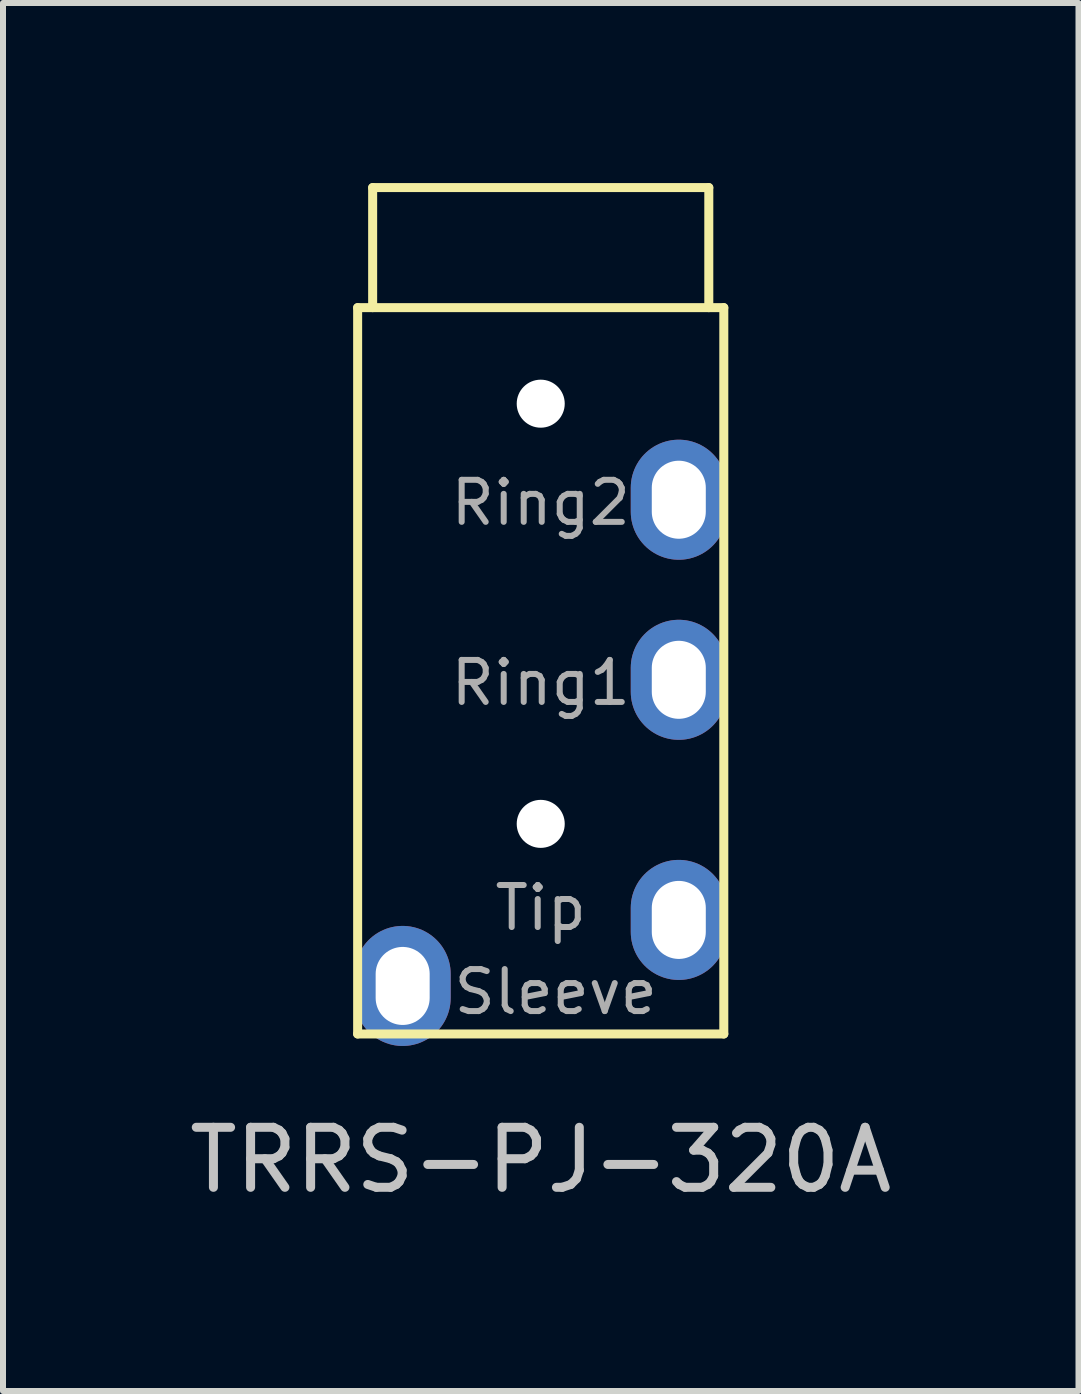
<source format=kicad_pcb>
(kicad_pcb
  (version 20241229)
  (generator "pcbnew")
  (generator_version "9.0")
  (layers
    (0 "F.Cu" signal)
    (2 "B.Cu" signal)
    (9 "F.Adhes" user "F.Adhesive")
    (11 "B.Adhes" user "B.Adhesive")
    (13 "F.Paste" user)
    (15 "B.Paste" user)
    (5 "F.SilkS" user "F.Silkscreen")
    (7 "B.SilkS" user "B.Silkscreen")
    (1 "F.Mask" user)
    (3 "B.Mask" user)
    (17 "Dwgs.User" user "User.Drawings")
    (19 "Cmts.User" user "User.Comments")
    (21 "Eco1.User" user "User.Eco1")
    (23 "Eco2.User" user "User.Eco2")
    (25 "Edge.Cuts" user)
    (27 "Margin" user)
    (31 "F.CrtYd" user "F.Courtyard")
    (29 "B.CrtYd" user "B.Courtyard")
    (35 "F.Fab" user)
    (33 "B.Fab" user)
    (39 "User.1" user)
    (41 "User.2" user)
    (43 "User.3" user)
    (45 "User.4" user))
  (footprint "TRRS-PJ-320A"
    (layer "F.Cu")
    (at 5.958 2.075)
    (property "Reference" "TRRS-PJ-320A" (at 0 14.2 0) (layer "Dwgs.User") (effects (font (size 1 1) (thickness 0.15))))
    (attr through_hole)
    (fp_line (start -3.05 0) (end -3.05 12.1) (stroke (width 0.15) (type solid)) (layer "F.SilkS"))
    (fp_line (start -2.8 0) (end -2.8 -2) (stroke (width 0.15) (type solid)) (layer "F.SilkS"))
    (fp_line (start 2.8 -2) (end -2.8 -2) (stroke (width 0.15) (type solid)) (layer "F.SilkS"))
    (fp_line (start 2.8 0) (end 2.8 -2) (stroke (width 0.15) (type solid)) (layer "F.SilkS"))
    (fp_line (start 3.05 0) (end -3.05 0) (stroke (width 0.15) (type solid)) (layer "F.SilkS"))
    (fp_line (start 3.05 0) (end 3.05 12.1) (stroke (width 0.15) (type solid)) (layer "F.SilkS"))
    (fp_line (start 3.05 12.1) (end -3.05 12.1) (stroke (width 0.15) (type solid)) (layer "F.SilkS"))
    (fp_text user "Tip" (at 0 10 0) (layer "F.Fab") (effects (font (size 0.7 0.7) (thickness 0.1))))
    (fp_text user "Ring2" (at 0 3.25 0) (layer "F.Fab") (effects (font (size 0.7 0.7) (thickness 0.1))))
    (fp_text user "Ring1" (at 0 6.25 0) (layer "F.Fab") (effects (font (size 0.7 0.7) (thickness 0.1))))
    (fp_text user "Sleeve" (at 0.25 11.4 0) (layer "F.Fab") (effects (font (size 0.7 0.7) (thickness 0.1))))
    (pad "" np_thru_hole circle (at 0 1.6) (size 0.8 0.8) (drill 0.8) (layers "*.Cu" "*.Mask"))
    (pad "" np_thru_hole circle (at 0 8.6) (size 0.8 0.8) (drill 0.8) (layers "*.Cu" "*.Mask"))
    (pad "R1" thru_hole oval (at 2.3 6.2) (size 1.6 2) (drill oval 0.9 1.3) (layers "*.Cu" "*.Mask"))
    (pad "R2" thru_hole oval (at 2.3 3.2) (size 1.6 2) (drill oval 0.9 1.3) (layers "*.Cu" "*.Mask"))
    (pad "S" thru_hole oval (at -2.3 11.3) (size 1.6 2) (drill oval 0.9 1.3) (layers "*.Cu" "*.Mask"))
    (pad "T" thru_hole oval (at 2.3 10.2) (size 1.6 2) (drill oval 0.9 1.3) (layers "*.Cu" "*.Mask")))
  (gr_rect
    (start -3 -3)
    (end 14.917 20.123)
    (stroke (width 0.1) (type default))
    (fill no)
    (layer "Edge.Cuts")))
</source>
